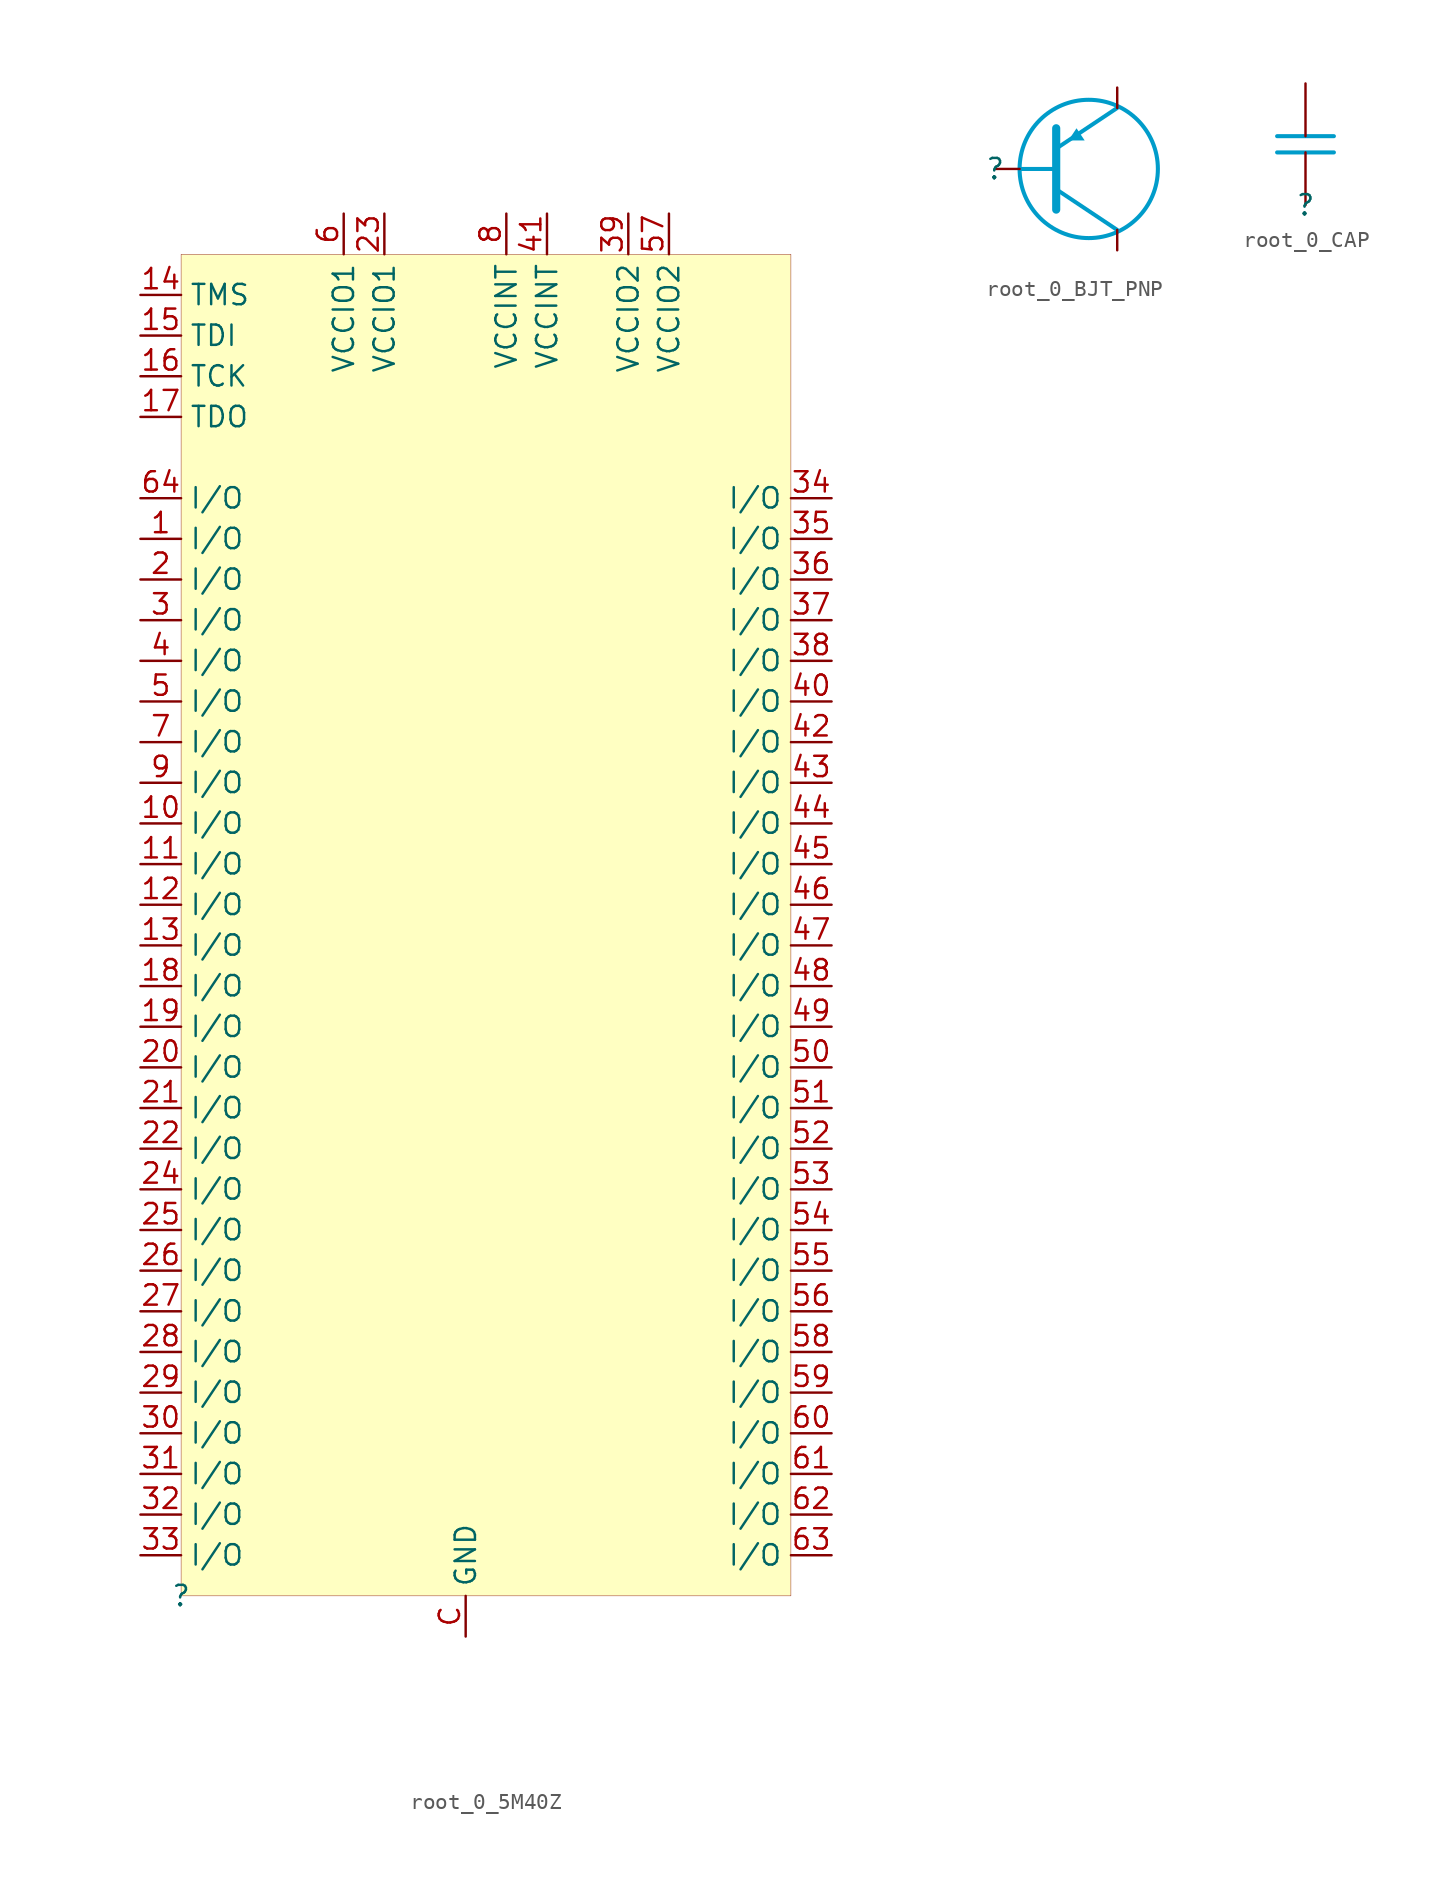
<source format=kicad_sym>
(kicad_symbol_lib
  (version 20231120)
  (generator "kicad_symbol_editor")
  (generator_version "8.0")
  (symbol "root_0_5M40Z"
    (property "Reference" ""
      (at 0 0 0)
      (effects (font (size 1.27 1.27))))
    (property "Value" ""
      (at 0 0 0)
      (effects (font (size 1.27 1.27))))
    (symbol "root_0_5M40Z_1_0"
      (rectangle (start 38.1 83.82) (end 0 0) (stroke (width 0.025) (type solid) (color 128 0 0 1)) (fill (type background)))
      (pin passive line (at -2.54 66.04 0) (length 2.54) (name "I/O" (effects (font (size 1.27 1.27)))) (number "1" (effects (font (size 1.27 1.27)))))
      (pin passive line (at -2.54 48.26 0) (length 2.54) (name "I/O" (effects (font (size 1.27 1.27)))) (number "10" (effects (font (size 1.27 1.27)))))
      (pin passive line (at -2.54 45.72 0) (length 2.54) (name "I/O" (effects (font (size 1.27 1.27)))) (number "11" (effects (font (size 1.27 1.27)))))
      (pin passive line (at -2.54 43.18 0) (length 2.54) (name "I/O" (effects (font (size 1.27 1.27)))) (number "12" (effects (font (size 1.27 1.27)))))
      (pin passive line (at -2.54 40.64 0) (length 2.54) (name "I/O" (effects (font (size 1.27 1.27)))) (number "13" (effects (font (size 1.27 1.27)))))
      (pin passive line (at -2.54 81.28 0) (length 2.54) (name "TMS" (effects (font (size 1.27 1.27)))) (number "14" (effects (font (size 1.27 1.27)))))
      (pin passive line (at -2.54 78.74 0) (length 2.54) (name "TDI" (effects (font (size 1.27 1.27)))) (number "15" (effects (font (size 1.27 1.27)))))
      (pin passive line (at -2.54 76.2 0) (length 2.54) (name "TCK" (effects (font (size 1.27 1.27)))) (number "16" (effects (font (size 1.27 1.27)))))
      (pin passive line (at -2.54 73.66 0) (length 2.54) (name "TDO" (effects (font (size 1.27 1.27)))) (number "17" (effects (font (size 1.27 1.27)))))
      (pin passive line (at -2.54 38.1 0) (length 2.54) (name "I/O" (effects (font (size 1.27 1.27)))) (number "18" (effects (font (size 1.27 1.27)))))
      (pin passive line (at -2.54 35.56 0) (length 2.54) (name "I/O" (effects (font (size 1.27 1.27)))) (number "19" (effects (font (size 1.27 1.27)))))
      (pin passive line (at -2.54 63.5 0) (length 2.54) (name "I/O" (effects (font (size 1.27 1.27)))) (number "2" (effects (font (size 1.27 1.27)))))
      (pin passive line (at -2.54 33.02 0) (length 2.54) (name "I/O" (effects (font (size 1.27 1.27)))) (number "20" (effects (font (size 1.27 1.27)))))
      (pin passive line (at -2.54 30.48 0) (length 2.54) (name "I/O" (effects (font (size 1.27 1.27)))) (number "21" (effects (font (size 1.27 1.27)))))
      (pin passive line (at -2.54 27.94 0) (length 2.54) (name "I/O" (effects (font (size 1.27 1.27)))) (number "22" (effects (font (size 1.27 1.27)))))
      (pin passive line (at 12.7 86.36 270) (length 2.54) (name "VCCIO1" (effects (font (size 1.27 1.27)))) (number "23" (effects (font (size 1.27 1.27)))))
      (pin passive line (at -2.54 25.4 0) (length 2.54) (name "I/O" (effects (font (size 1.27 1.27)))) (number "24" (effects (font (size 1.27 1.27)))))
      (pin passive line (at -2.54 22.86 0) (length 2.54) (name "I/O" (effects (font (size 1.27 1.27)))) (number "25" (effects (font (size 1.27 1.27)))))
      (pin passive line (at -2.54 20.32 0) (length 2.54) (name "I/O" (effects (font (size 1.27 1.27)))) (number "26" (effects (font (size 1.27 1.27)))))
      (pin passive line (at -2.54 17.78 0) (length 2.54) (name "I/O" (effects (font (size 1.27 1.27)))) (number "27" (effects (font (size 1.27 1.27)))))
      (pin passive line (at -2.54 15.24 0) (length 2.54) (name "I/O" (effects (font (size 1.27 1.27)))) (number "28" (effects (font (size 1.27 1.27)))))
      (pin passive line (at -2.54 12.7 0) (length 2.54) (name "I/O" (effects (font (size 1.27 1.27)))) (number "29" (effects (font (size 1.27 1.27)))))
      (pin passive line (at -2.54 60.96 0) (length 2.54) (name "I/O" (effects (font (size 1.27 1.27)))) (number "3" (effects (font (size 1.27 1.27)))))
      (pin passive line (at -2.54 10.16 0) (length 2.54) (name "I/O" (effects (font (size 1.27 1.27)))) (number "30" (effects (font (size 1.27 1.27)))))
      (pin passive line (at -2.54 7.62 0) (length 2.54) (name "I/O" (effects (font (size 1.27 1.27)))) (number "31" (effects (font (size 1.27 1.27)))))
      (pin passive line (at -2.54 5.08 0) (length 2.54) (name "I/O" (effects (font (size 1.27 1.27)))) (number "32" (effects (font (size 1.27 1.27)))))
      (pin passive line (at -2.54 2.54 0) (length 2.54) (name "I/O" (effects (font (size 1.27 1.27)))) (number "33" (effects (font (size 1.27 1.27)))))
      (pin passive line (at 40.64 68.58 180) (length 2.54) (name "I/O" (effects (font (size 1.27 1.27)))) (number "34" (effects (font (size 1.27 1.27)))))
      (pin passive line (at 40.64 66.04 180) (length 2.54) (name "I/O" (effects (font (size 1.27 1.27)))) (number "35" (effects (font (size 1.27 1.27)))))
      (pin passive line (at 40.64 63.5 180) (length 2.54) (name "I/O" (effects (font (size 1.27 1.27)))) (number "36" (effects (font (size 1.27 1.27)))))
      (pin passive line (at 40.64 60.96 180) (length 2.54) (name "I/O" (effects (font (size 1.27 1.27)))) (number "37" (effects (font (size 1.27 1.27)))))
      (pin passive line (at 40.64 58.42 180) (length 2.54) (name "I/O" (effects (font (size 1.27 1.27)))) (number "38" (effects (font (size 1.27 1.27)))))
      (pin passive line (at 27.94 86.36 270) (length 2.54) (name "VCCIO2" (effects (font (size 1.27 1.27)))) (number "39" (effects (font (size 1.27 1.27)))))
      (pin passive line (at -2.54 58.42 0) (length 2.54) (name "I/O" (effects (font (size 1.27 1.27)))) (number "4" (effects (font (size 1.27 1.27)))))
      (pin passive line (at 40.64 55.88 180) (length 2.54) (name "I/O" (effects (font (size 1.27 1.27)))) (number "40" (effects (font (size 1.27 1.27)))))
      (pin passive line (at 22.86 86.36 270) (length 2.54) (name "VCCINT" (effects (font (size 1.27 1.27)))) (number "41" (effects (font (size 1.27 1.27)))))
      (pin passive line (at 40.64 53.34 180) (length 2.54) (name "I/O" (effects (font (size 1.27 1.27)))) (number "42" (effects (font (size 1.27 1.27)))))
      (pin passive line (at 40.64 50.8 180) (length 2.54) (name "I/O" (effects (font (size 1.27 1.27)))) (number "43" (effects (font (size 1.27 1.27)))))
      (pin passive line (at 40.64 48.26 180) (length 2.54) (name "I/O" (effects (font (size 1.27 1.27)))) (number "44" (effects (font (size 1.27 1.27)))))
      (pin passive line (at 40.64 45.72 180) (length 2.54) (name "I/O" (effects (font (size 1.27 1.27)))) (number "45" (effects (font (size 1.27 1.27)))))
      (pin passive line (at 40.64 43.18 180) (length 2.54) (name "I/O" (effects (font (size 1.27 1.27)))) (number "46" (effects (font (size 1.27 1.27)))))
      (pin passive line (at 40.64 40.64 180) (length 2.54) (name "I/O" (effects (font (size 1.27 1.27)))) (number "47" (effects (font (size 1.27 1.27)))))
      (pin passive line (at 40.64 38.1 180) (length 2.54) (name "I/O" (effects (font (size 1.27 1.27)))) (number "48" (effects (font (size 1.27 1.27)))))
      (pin passive line (at 40.64 35.56 180) (length 2.54) (name "I/O" (effects (font (size 1.27 1.27)))) (number "49" (effects (font (size 1.27 1.27)))))
      (pin passive line (at -2.54 55.88 0) (length 2.54) (name "I/O" (effects (font (size 1.27 1.27)))) (number "5" (effects (font (size 1.27 1.27)))))
      (pin passive line (at 40.64 33.02 180) (length 2.54) (name "I/O" (effects (font (size 1.27 1.27)))) (number "50" (effects (font (size 1.27 1.27)))))
      (pin passive line (at 40.64 30.48 180) (length 2.54) (name "I/O" (effects (font (size 1.27 1.27)))) (number "51" (effects (font (size 1.27 1.27)))))
      (pin passive line (at 40.64 27.94 180) (length 2.54) (name "I/O" (effects (font (size 1.27 1.27)))) (number "52" (effects (font (size 1.27 1.27)))))
      (pin passive line (at 40.64 25.4 180) (length 2.54) (name "I/O" (effects (font (size 1.27 1.27)))) (number "53" (effects (font (size 1.27 1.27)))))
      (pin passive line (at 40.64 22.86 180) (length 2.54) (name "I/O" (effects (font (size 1.27 1.27)))) (number "54" (effects (font (size 1.27 1.27)))))
      (pin passive line (at 40.64 20.32 180) (length 2.54) (name "I/O" (effects (font (size 1.27 1.27)))) (number "55" (effects (font (size 1.27 1.27)))))
      (pin passive line (at 40.64 17.78 180) (length 2.54) (name "I/O" (effects (font (size 1.27 1.27)))) (number "56" (effects (font (size 1.27 1.27)))))
      (pin passive line (at 30.48 86.36 270) (length 2.54) (name "VCCIO2" (effects (font (size 1.27 1.27)))) (number "57" (effects (font (size 1.27 1.27)))))
      (pin passive line (at 40.64 15.24 180) (length 2.54) (name "I/O" (effects (font (size 1.27 1.27)))) (number "58" (effects (font (size 1.27 1.27)))))
      (pin passive line (at 40.64 12.7 180) (length 2.54) (name "I/O" (effects (font (size 1.27 1.27)))) (number "59" (effects (font (size 1.27 1.27)))))
      (pin passive line (at 10.16 86.36 270) (length 2.54) (name "VCCIO1" (effects (font (size 1.27 1.27)))) (number "6" (effects (font (size 1.27 1.27)))))
      (pin passive line (at 40.64 10.16 180) (length 2.54) (name "I/O" (effects (font (size 1.27 1.27)))) (number "60" (effects (font (size 1.27 1.27)))))
      (pin passive line (at 40.64 7.62 180) (length 2.54) (name "I/O" (effects (font (size 1.27 1.27)))) (number "61" (effects (font (size 1.27 1.27)))))
      (pin passive line (at 40.64 5.08 180) (length 2.54) (name "I/O" (effects (font (size 1.27 1.27)))) (number "62" (effects (font (size 1.27 1.27)))))
      (pin passive line (at 40.64 2.54 180) (length 2.54) (name "I/O" (effects (font (size 1.27 1.27)))) (number "63" (effects (font (size 1.27 1.27)))))
      (pin passive line (at -2.54 68.58 0) (length 2.54) (name "I/O" (effects (font (size 1.27 1.27)))) (number "64" (effects (font (size 1.27 1.27)))))
      (pin passive line (at -2.54 53.34 0) (length 2.54) (name "I/O" (effects (font (size 1.27 1.27)))) (number "7" (effects (font (size 1.27 1.27)))))
      (pin passive line (at 20.32 86.36 270) (length 2.54) (name "VCCINT" (effects (font (size 1.27 1.27)))) (number "8" (effects (font (size 1.27 1.27)))))
      (pin passive line (at -2.54 50.8 0) (length 2.54) (name "I/O" (effects (font (size 1.27 1.27)))) (number "9" (effects (font (size 1.27 1.27)))))
      (pin passive line (at 17.78 -2.54 90) (length 2.54) (name "GND" (effects (font (size 1.27 1.27)))) (number "C" (effects (font (size 1.27 1.27)))))))
  (symbol "root_0_BJT_PNP"
    (property "Reference" ""
      (at 0 0 0)
      (effects (font (size 1.27 1.27))))
    (property "Value" ""
      (at 0 0 0)
      (effects (font (size 1.27 1.27))))
    (symbol "root_0_BJT_PNP_1_0"
      (polyline (pts (xy 1.524 0) (xy 3.81 0)) (stroke (width 0.254) (type solid) (color 0 156 202 1)) (fill (type none)))
      (polyline (pts (xy 3.81 1.27) (xy 7.62 3.81)) (stroke (width 0.254) (type solid) (color 0 156 202 1)) (fill (type none)))
      (polyline (pts (xy 3.81 2.54) (xy 3.81 -2.54)) (stroke (width 0.508) (type solid) (color 0 156 202 1)) (fill (type none)))
      (polyline (pts (xy 7.62 -3.81) (xy 3.81 -1.27)) (stroke (width 0.254) (type solid) (color 0 156 202 1)) (fill (type none)))
      (polyline (pts (xy 4.572 1.778) (xy 5.588 1.778) (xy 5.08 2.54) (xy 4.572 1.778)) (stroke (width -0.0001) (type solid) (color 0 156 202 1)) (fill (type outline)))
      (circle (center 5.842 0) (radius 4.318) (stroke (width 0.254) (type solid) (color 0 156 202 1)) (fill (type none)))
      (pin passive line (at 0 0 0) (length 1.524) (name "B" (effects (font (size 0 0)))) (number "B" (effects (font (size 0 0)))))
      (pin passive line (at 7.62 -5.08 90) (length 1.27) (name "C" (effects (font (size 0 0)))) (number "C" (effects (font (size 0 0)))))
      (pin passive line (at 7.62 5.08 270) (length 1.27) (name "E" (effects (font (size 0 0)))) (number "E" (effects (font (size 0 0)))))))
  (symbol "root_0_CAP"
    (property "Reference" ""
      (at 0 0 0)
      (effects (font (size 1.27 1.27))))
    (property "Value" ""
      (at 0 0 0)
      (effects (font (size 1.27 1.27))))
    (symbol "root_0_CAP_1_0"
      (polyline (pts (xy -1.778 3.302) (xy 1.778 3.302)) (stroke (width 0.254) (type solid) (color 0 156 202 1)) (fill (type none)))
      (polyline (pts (xy -1.778 4.318) (xy 1.778 4.318)) (stroke (width 0.254) (type solid) (color 0 156 202 1)) (fill (type none)))
      (pin passive line (at 0 7.62 270) (length 3.302) (name "1" (effects (font (size 0 0)))) (number "1" (effects (font (size 0 0)))))
      (pin passive line (at 0 0 90) (length 3.302) (name "2" (effects (font (size 0 0)))) (number "2" (effects (font (size 0 0))))))))
</source>
